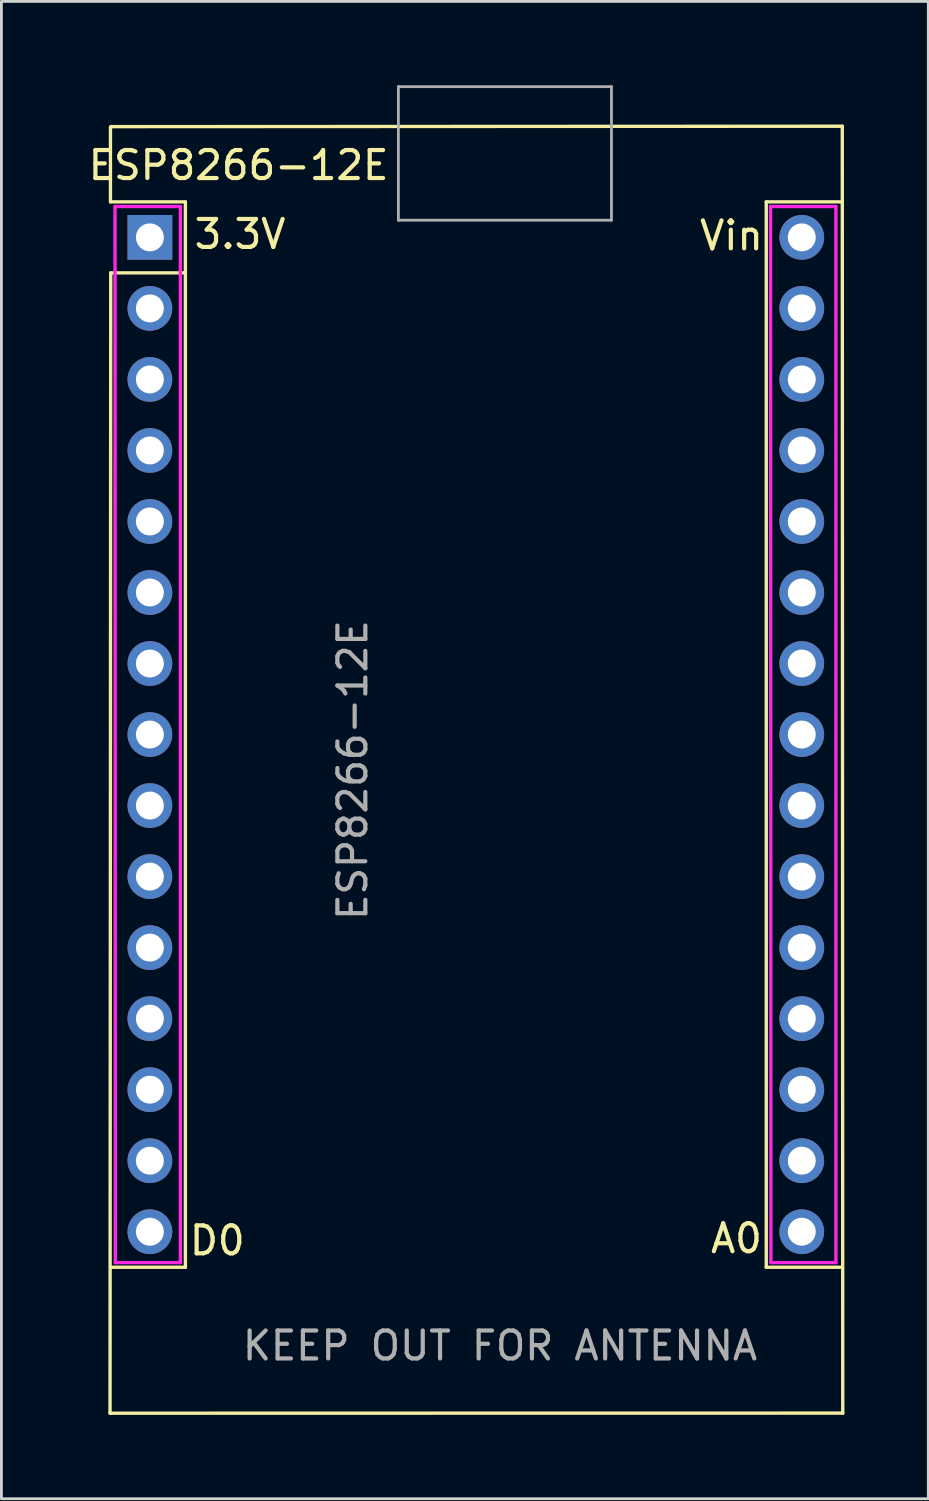
<source format=kicad_pcb>
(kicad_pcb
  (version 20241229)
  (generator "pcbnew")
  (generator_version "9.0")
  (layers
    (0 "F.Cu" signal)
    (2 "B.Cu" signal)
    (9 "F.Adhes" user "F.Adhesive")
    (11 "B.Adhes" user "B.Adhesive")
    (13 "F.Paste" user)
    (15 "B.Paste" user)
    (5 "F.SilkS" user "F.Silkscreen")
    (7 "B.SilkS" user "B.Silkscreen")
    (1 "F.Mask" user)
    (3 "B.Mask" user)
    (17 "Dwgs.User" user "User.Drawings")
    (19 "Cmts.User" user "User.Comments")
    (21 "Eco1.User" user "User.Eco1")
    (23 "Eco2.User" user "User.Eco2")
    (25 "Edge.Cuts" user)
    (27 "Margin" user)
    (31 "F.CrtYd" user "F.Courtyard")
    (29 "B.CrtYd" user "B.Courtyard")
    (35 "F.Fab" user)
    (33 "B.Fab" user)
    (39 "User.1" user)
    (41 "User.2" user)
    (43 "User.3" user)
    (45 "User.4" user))
  (footprint "ESP8266-12E"
    (layer "F.Cu")
    (at 15.109 22.521)
    (property "Reference" "ESP8266-12E" (at -9.627 -19.66 0) (unlocked yes) (layer "F.SilkS") (effects (font (size 1 1) (thickness 0.15))))
    (attr through_hole)
    (fp_line (start -14.224 24.968) (end 11.98 24.965) (stroke (width 0.12) (type solid)) (layer "F.SilkS"))
    (fp_line (start -14.209 -21.022) (end -14.209 -18.352) (stroke (width 0.12) (type solid)) (layer "F.SilkS"))
    (fp_line (start -14.199 -15.812) (end -14.224 24.968) (stroke (width 0.12) (type solid)) (layer "F.SilkS"))
    (fp_line (start -11.529 -18.352) (end -14.199 -18.352) (stroke (width 0.12) (type solid)) (layer "F.SilkS"))
    (fp_line (start -11.529 -15.812) (end -14.199 -15.812) (stroke (width 0.12) (type solid)) (layer "F.SilkS"))
    (fp_line (start -11.529 -15.812) (end -11.529 -18.352) (stroke (width 0.12) (type solid)) (layer "F.SilkS"))
    (fp_line (start -11.529 -15.812) (end -11.529 19.748) (stroke (width 0.12) (type solid)) (layer "F.SilkS"))
    (fp_line (start -11.529 19.748) (end -14.199 19.748) (stroke (width 0.12) (type solid)) (layer "F.SilkS"))
    (fp_line (start 9.244 -18.352) (end 9.244 19.748) (stroke (width 0.12) (type solid)) (layer "F.SilkS"))
    (fp_line (start 9.244 -18.352) (end 11.914 -18.352) (stroke (width 0.12) (type solid)) (layer "F.SilkS"))
    (fp_line (start 9.244 19.748) (end 11.914 19.748) (stroke (width 0.12) (type solid)) (layer "F.SilkS"))
    (fp_line (start 11.963 -21.057) (end -14.199 -21.042) (stroke (width 0.12) (type solid)) (layer "F.SilkS"))
    (fp_line (start 11.98 24.965) (end 11.963 -21.057) (stroke (width 0.12) (type solid)) (layer "F.SilkS"))
    (fp_line (start -14.034 19.583) (end -14.046 -18.186) (stroke (width 0.12) (type solid)) (layer "F.CrtYd"))
    (fp_line (start -14.034 19.583) (end -11.709 19.583) (stroke (width 0.12) (type solid)) (layer "F.CrtYd"))
    (fp_line (start -11.709 -18.186) (end -14.046 -18.186) (stroke (width 0.12) (type solid)) (layer "F.CrtYd"))
    (fp_line (start -11.709 19.583) (end -11.709 -18.186) (stroke (width 0.12) (type solid)) (layer "F.CrtYd"))
    (fp_line (start 9.411 19.583) (end 9.398 -18.186) (stroke (width 0.12) (type solid)) (layer "F.CrtYd"))
    (fp_line (start 9.411 19.583) (end 11.735 19.583) (stroke (width 0.12) (type solid)) (layer "F.CrtYd"))
    (fp_line (start 11.735 -18.186) (end 9.398 -18.186) (stroke (width 0.12) (type solid)) (layer "F.CrtYd"))
    (fp_line (start 11.735 19.583) (end 11.735 -18.186) (stroke (width 0.12) (type solid)) (layer "F.CrtYd"))
    (fp_line (start -3.912 -22.471) (end 3.708 -22.471) (stroke (width 0.1) (type solid)) (layer "F.Fab"))
    (fp_line (start -3.912 -17.696) (end -3.912 -22.471) (stroke (width 0.1) (type solid)) (layer "F.Fab"))
    (fp_line (start 3.708 -22.471) (end 3.708 -17.696) (stroke (width 0.1) (type solid)) (layer "F.Fab"))
    (fp_line (start 3.708 -17.696) (end -3.912 -17.696) (stroke (width 0.1) (type solid)) (layer "F.Fab"))
    (fp_text user "A0" (at 8.179 18.72 0) (unlocked yes) (layer "F.SilkS") (effects (font (size 1 1) (thickness 0.15))))
    (fp_text user "3.3V" (at -9.576 -17.196 0) (unlocked yes) (layer "F.SilkS") (effects (font (size 1 1) (thickness 0.15))))
    (fp_text user "Vin" (at 8.001 -17.145 0) (unlocked yes) (layer "F.SilkS") (effects (font (size 1 1) (thickness 0.15))))
    (fp_text user "D0" (at -10.389 18.796 0) (unlocked yes) (layer "F.SilkS") (effects (font (size 1 1) (thickness 0.15))))
    (fp_text user "KEEP OUT FOR ANTENNA" (at -0.279 22.555 0) (unlocked yes) (layer "F.Fab") (effects (font (size 1 1) (thickness 0.15))))
    (fp_text user "${REFERENCE}" (at -5.549 1.968 90) (layer "F.Fab") (effects (font (size 1 1) (thickness 0.15))))
    (pad "1" thru_hole rect (at -12.799 -17.082) (size 1.6 1.6) (drill 1) (layers "*.Cu" "*.Mask"))
    (pad "2" thru_hole oval (at -12.799 -14.542) (size 1.6 1.6) (drill 1) (layers "*.Cu" "*.Mask"))
    (pad "3" thru_hole oval (at -12.799 -12.002) (size 1.6 1.6) (drill 1) (layers "*.Cu" "*.Mask"))
    (pad "4" thru_hole oval (at -12.799 -9.462) (size 1.6 1.6) (drill 1) (layers "*.Cu" "*.Mask"))
    (pad "5" thru_hole oval (at -12.799 -6.922) (size 1.6 1.6) (drill 1) (layers "*.Cu" "*.Mask"))
    (pad "6" thru_hole oval (at -12.799 -4.382) (size 1.6 1.6) (drill 1) (layers "*.Cu" "*.Mask"))
    (pad "7" thru_hole oval (at -12.799 -1.842) (size 1.6 1.6) (drill 1) (layers "*.Cu" "*.Mask"))
    (pad "8" thru_hole oval (at -12.799 0.698) (size 1.6 1.6) (drill 1) (layers "*.Cu" "*.Mask"))
    (pad "9" thru_hole oval (at -12.799 3.238) (size 1.6 1.6) (drill 1) (layers "*.Cu" "*.Mask"))
    (pad "10" thru_hole oval (at -12.799 5.778) (size 1.6 1.6) (drill 1) (layers "*.Cu" "*.Mask"))
    (pad "11" thru_hole oval (at -12.799 8.318) (size 1.6 1.6) (drill 1) (layers "*.Cu" "*.Mask"))
    (pad "12" thru_hole oval (at -12.799 10.858) (size 1.6 1.6) (drill 1) (layers "*.Cu" "*.Mask"))
    (pad "13" thru_hole oval (at -12.799 13.398) (size 1.6 1.6) (drill 1) (layers "*.Cu" "*.Mask"))
    (pad "14" thru_hole oval (at -12.799 15.938) (size 1.6 1.6) (drill 1) (layers "*.Cu" "*.Mask"))
    (pad "15" thru_hole oval (at -12.799 18.478) (size 1.6 1.6) (drill 1) (layers "*.Cu" "*.Mask"))
    (pad "16" thru_hole oval (at 10.514 -17.082 180) (size 1.6 1.6) (drill 1) (layers "*.Cu" "*.Mask"))
    (pad "17" thru_hole oval (at 10.514 -14.542 180) (size 1.6 1.6) (drill 1) (layers "*.Cu" "*.Mask"))
    (pad "18" thru_hole oval (at 10.514 -12.002 180) (size 1.6 1.6) (drill 1) (layers "*.Cu" "*.Mask"))
    (pad "19" thru_hole oval (at 10.514 -9.462 180) (size 1.6 1.6) (drill 1) (layers "*.Cu" "*.Mask"))
    (pad "20" thru_hole oval (at 10.514 -6.922 180) (size 1.6 1.6) (drill 1) (layers "*.Cu" "*.Mask"))
    (pad "21" thru_hole oval (at 10.514 -4.382 180) (size 1.6 1.6) (drill 1) (layers "*.Cu" "*.Mask"))
    (pad "22" thru_hole oval (at 10.514 -1.842 180) (size 1.6 1.6) (drill 1) (layers "*.Cu" "*.Mask"))
    (pad "23" thru_hole oval (at 10.514 0.698 180) (size 1.6 1.6) (drill 1) (layers "*.Cu" "*.Mask"))
    (pad "24" thru_hole oval (at 10.514 3.238 180) (size 1.6 1.6) (drill 1) (layers "*.Cu" "*.Mask"))
    (pad "25" thru_hole oval (at 10.514 5.778 180) (size 1.6 1.6) (drill 1) (layers "*.Cu" "*.Mask"))
    (pad "26" thru_hole oval (at 10.514 8.318 180) (size 1.6 1.6) (drill 1) (layers "*.Cu" "*.Mask"))
    (pad "27" thru_hole oval (at 10.514 10.858 180) (size 1.6 1.6) (drill 1) (layers "*.Cu" "*.Mask"))
    (pad "28" thru_hole oval (at 10.514 13.398 180) (size 1.6 1.6) (drill 1) (layers "*.Cu" "*.Mask"))
    (pad "29" thru_hole oval (at 10.514 15.938 180) (size 1.6 1.6) (drill 1) (layers "*.Cu" "*.Mask"))
    (pad "30" thru_hole oval (at 10.514 18.478 180) (size 1.6 1.6) (drill 1) (layers "*.Cu" "*.Mask")))
  (gr_rect
    (start -3 -3)
    (end 30.148 50.549)
    (stroke (width 0.1) (type default))
    (fill no)
    (layer "Edge.Cuts")))
</source>
